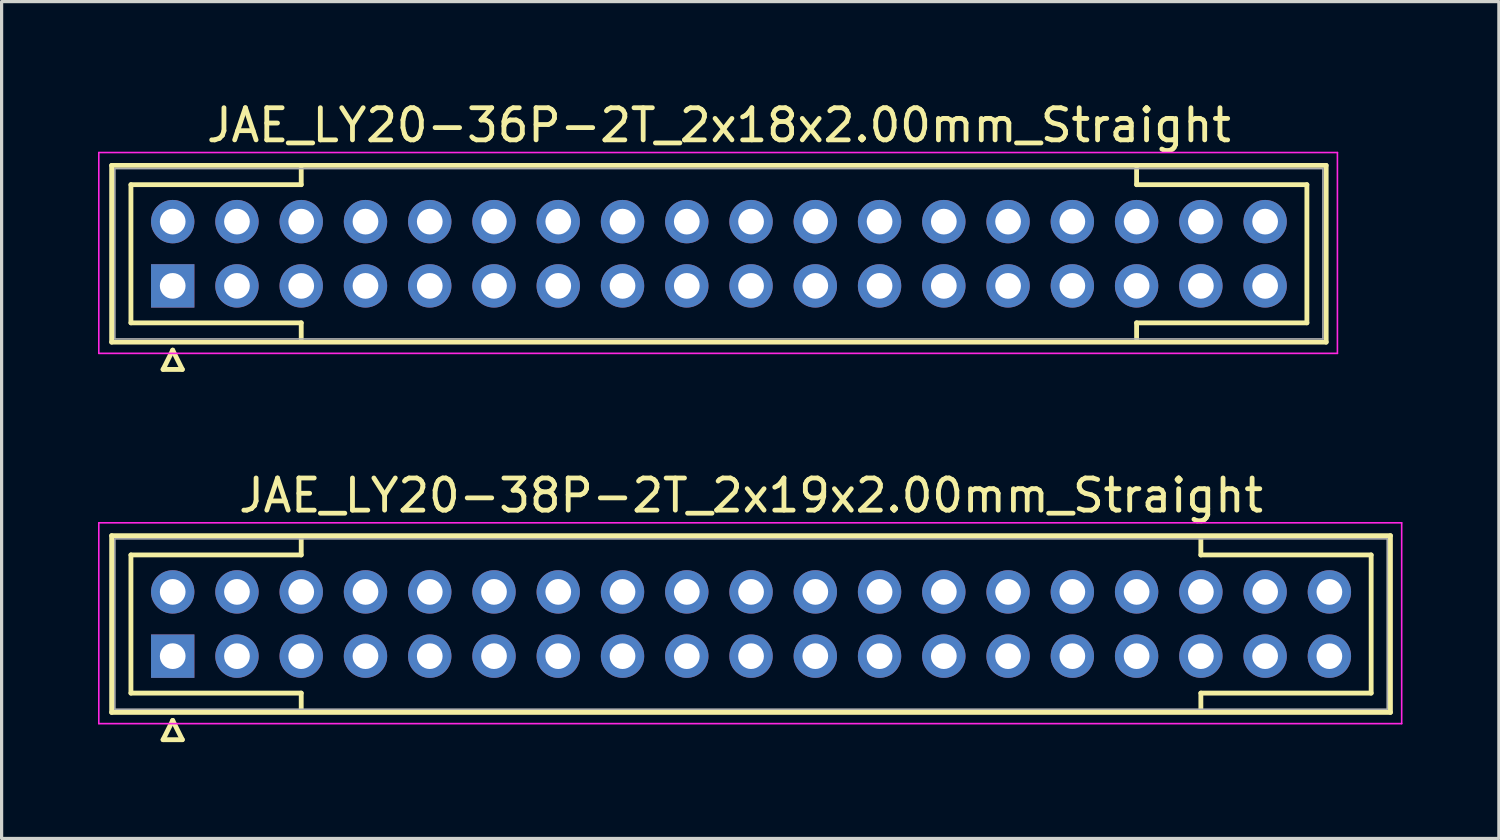
<source format=kicad_pcb>
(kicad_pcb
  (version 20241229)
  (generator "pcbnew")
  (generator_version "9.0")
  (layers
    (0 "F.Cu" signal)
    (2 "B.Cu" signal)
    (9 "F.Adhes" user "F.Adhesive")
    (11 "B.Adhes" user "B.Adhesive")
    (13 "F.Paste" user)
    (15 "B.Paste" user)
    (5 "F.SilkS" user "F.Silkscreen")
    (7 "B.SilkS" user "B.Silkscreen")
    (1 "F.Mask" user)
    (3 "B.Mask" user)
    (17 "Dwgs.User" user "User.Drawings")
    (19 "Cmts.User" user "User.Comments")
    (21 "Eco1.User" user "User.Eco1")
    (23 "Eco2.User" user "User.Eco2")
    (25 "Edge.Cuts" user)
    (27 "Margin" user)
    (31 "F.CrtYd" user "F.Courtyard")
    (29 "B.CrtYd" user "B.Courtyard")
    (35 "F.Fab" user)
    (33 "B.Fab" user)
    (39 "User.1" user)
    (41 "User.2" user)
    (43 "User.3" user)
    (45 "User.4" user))
  (footprint "JAE_LY20-36P-2T_2x18x2.00mm_Straight"
    (layer "F.Cu")
    (at 2.325 5.848)
    (property "Reference" "JAE_LY20-36P-2T_2x18x2.00mm_Straight" (at 17 -5 0) (layer "F.SilkS") (effects (font (size 1 1) (thickness 0.15))))
    (attr through_hole)
    (fp_line (start -1.9 -3.75) (end -1.9 1.75) (stroke (width 0.15) (type solid)) (layer "F.SilkS"))
    (fp_line (start -1.9 1.75) (end 35.9 1.75) (stroke (width 0.15) (type solid)) (layer "F.SilkS"))
    (fp_line (start -1.3 -3.15) (end 4 -3.15) (stroke (width 0.15) (type solid)) (layer "F.SilkS"))
    (fp_line (start -1.3 1.15) (end -1.3 -3.15) (stroke (width 0.15) (type solid)) (layer "F.SilkS"))
    (fp_line (start -0.3 2.6) (end 0.3 2.6) (stroke (width 0.15) (type solid)) (layer "F.SilkS"))
    (fp_line (start 0 2) (end -0.3 2.6) (stroke (width 0.15) (type solid)) (layer "F.SilkS"))
    (fp_line (start 0.3 2.6) (end 0 2) (stroke (width 0.15) (type solid)) (layer "F.SilkS"))
    (fp_line (start 4 -3.15) (end 4 -3.65) (stroke (width 0.15) (type solid)) (layer "F.SilkS"))
    (fp_line (start 4 1.15) (end -1.3 1.15) (stroke (width 0.15) (type solid)) (layer "F.SilkS"))
    (fp_line (start 4 1.65) (end 4 1.15) (stroke (width 0.15) (type solid)) (layer "F.SilkS"))
    (fp_line (start 30 -3.15) (end 30 -3.65) (stroke (width 0.15) (type solid)) (layer "F.SilkS"))
    (fp_line (start 30 1.15) (end 35.3 1.15) (stroke (width 0.15) (type solid)) (layer "F.SilkS"))
    (fp_line (start 30 1.65) (end 30 1.15) (stroke (width 0.15) (type solid)) (layer "F.SilkS"))
    (fp_line (start 35.3 -3.15) (end 30 -3.15) (stroke (width 0.15) (type solid)) (layer "F.SilkS"))
    (fp_line (start 35.3 1.15) (end 35.3 -3.15) (stroke (width 0.15) (type solid)) (layer "F.SilkS"))
    (fp_line (start 35.9 -3.75) (end -1.9 -3.75) (stroke (width 0.15) (type solid)) (layer "F.SilkS"))
    (fp_line (start 35.9 1.75) (end 35.9 -3.75) (stroke (width 0.15) (type solid)) (layer "F.SilkS"))
    (fp_line (start -2.3 -4.15) (end -2.3 2.1) (stroke (width 0.05) (type solid)) (layer "F.CrtYd"))
    (fp_line (start -2.3 2.1) (end 36.25 2.1) (stroke (width 0.05) (type solid)) (layer "F.CrtYd"))
    (fp_line (start 36.25 -4.15) (end -2.3 -4.15) (stroke (width 0.05) (type solid)) (layer "F.CrtYd"))
    (fp_line (start 36.25 2.1) (end 36.25 -4.15) (stroke (width 0.05) (type solid)) (layer "F.CrtYd"))
    (fp_line (start -1.8 -3.65) (end -1.8 1.65) (stroke (width 0.05) (type solid)) (layer "F.Fab"))
    (fp_line (start -1.8 1.65) (end 35.8 1.65) (stroke (width 0.05) (type solid)) (layer "F.Fab"))
    (fp_line (start 35.8 -3.65) (end -1.8 -3.65) (stroke (width 0.05) (type solid)) (layer "F.Fab"))
    (fp_line (start 35.8 1.65) (end 35.8 -3.65) (stroke (width 0.05) (type solid)) (layer "F.Fab"))
    (pad "1" thru_hole rect (at 0 0) (size 1.35 1.35) (drill 0.8) (layers "*.Cu" "*.Mask"))
    (pad "2" thru_hole circle (at 2 0) (size 1.35 1.35) (drill 0.8) (layers "*.Cu" "*.Mask"))
    (pad "3" thru_hole circle (at 4 0) (size 1.35 1.35) (drill 0.8) (layers "*.Cu" "*.Mask"))
    (pad "4" thru_hole circle (at 6 0) (size 1.35 1.35) (drill 0.8) (layers "*.Cu" "*.Mask"))
    (pad "5" thru_hole circle (at 8 0) (size 1.35 1.35) (drill 0.8) (layers "*.Cu" "*.Mask"))
    (pad "6" thru_hole circle (at 10 0) (size 1.35 1.35) (drill 0.8) (layers "*.Cu" "*.Mask"))
    (pad "7" thru_hole circle (at 12 0) (size 1.35 1.35) (drill 0.8) (layers "*.Cu" "*.Mask"))
    (pad "8" thru_hole circle (at 14 0) (size 1.35 1.35) (drill 0.8) (layers "*.Cu" "*.Mask"))
    (pad "9" thru_hole circle (at 16 0) (size 1.35 1.35) (drill 0.8) (layers "*.Cu" "*.Mask"))
    (pad "10" thru_hole circle (at 18 0) (size 1.35 1.35) (drill 0.8) (layers "*.Cu" "*.Mask"))
    (pad "11" thru_hole circle (at 20 0) (size 1.35 1.35) (drill 0.8) (layers "*.Cu" "*.Mask"))
    (pad "12" thru_hole circle (at 22 0) (size 1.35 1.35) (drill 0.8) (layers "*.Cu" "*.Mask"))
    (pad "13" thru_hole circle (at 24 0) (size 1.35 1.35) (drill 0.8) (layers "*.Cu" "*.Mask"))
    (pad "14" thru_hole circle (at 26 0) (size 1.35 1.35) (drill 0.8) (layers "*.Cu" "*.Mask"))
    (pad "15" thru_hole circle (at 28 0) (size 1.35 1.35) (drill 0.8) (layers "*.Cu" "*.Mask"))
    (pad "16" thru_hole circle (at 30 0) (size 1.35 1.35) (drill 0.8) (layers "*.Cu" "*.Mask"))
    (pad "17" thru_hole circle (at 32 0) (size 1.35 1.35) (drill 0.8) (layers "*.Cu" "*.Mask"))
    (pad "18" thru_hole circle (at 34 0) (size 1.35 1.35) (drill 0.8) (layers "*.Cu" "*.Mask"))
    (pad "19" thru_hole circle (at 0 -2) (size 1.35 1.35) (drill 0.8) (layers "*.Cu" "*.Mask"))
    (pad "20" thru_hole circle (at 2 -2) (size 1.35 1.35) (drill 0.8) (layers "*.Cu" "*.Mask"))
    (pad "21" thru_hole circle (at 4 -2) (size 1.35 1.35) (drill 0.8) (layers "*.Cu" "*.Mask"))
    (pad "22" thru_hole circle (at 6 -2) (size 1.35 1.35) (drill 0.8) (layers "*.Cu" "*.Mask"))
    (pad "23" thru_hole circle (at 8 -2) (size 1.35 1.35) (drill 0.8) (layers "*.Cu" "*.Mask"))
    (pad "24" thru_hole circle (at 10 -2) (size 1.35 1.35) (drill 0.8) (layers "*.Cu" "*.Mask"))
    (pad "25" thru_hole circle (at 12 -2) (size 1.35 1.35) (drill 0.8) (layers "*.Cu" "*.Mask"))
    (pad "26" thru_hole circle (at 14 -2) (size 1.35 1.35) (drill 0.8) (layers "*.Cu" "*.Mask"))
    (pad "27" thru_hole circle (at 16 -2) (size 1.35 1.35) (drill 0.8) (layers "*.Cu" "*.Mask"))
    (pad "28" thru_hole circle (at 18 -2) (size 1.35 1.35) (drill 0.8) (layers "*.Cu" "*.Mask"))
    (pad "29" thru_hole circle (at 20 -2) (size 1.35 1.35) (drill 0.8) (layers "*.Cu" "*.Mask"))
    (pad "30" thru_hole circle (at 22 -2) (size 1.35 1.35) (drill 0.8) (layers "*.Cu" "*.Mask"))
    (pad "31" thru_hole circle (at 24 -2) (size 1.35 1.35) (drill 0.8) (layers "*.Cu" "*.Mask"))
    (pad "32" thru_hole circle (at 26 -2) (size 1.35 1.35) (drill 0.8) (layers "*.Cu" "*.Mask"))
    (pad "33" thru_hole circle (at 28 -2) (size 1.35 1.35) (drill 0.8) (layers "*.Cu" "*.Mask"))
    (pad "34" thru_hole circle (at 30 -2) (size 1.35 1.35) (drill 0.8) (layers "*.Cu" "*.Mask"))
    (pad "35" thru_hole circle (at 32 -2) (size 1.35 1.35) (drill 0.8) (layers "*.Cu" "*.Mask"))
    (pad "36" thru_hole circle (at 34 -2) (size 1.35 1.35) (drill 0.8) (layers "*.Cu" "*.Mask")))
  (footprint "JAE_LY20-38P-2T_2x19x2.00mm_Straight"
    (layer "F.Cu")
    (at 2.325 17.372)
    (property "Reference" "JAE_LY20-38P-2T_2x19x2.00mm_Straight" (at 18 -5 0) (layer "F.SilkS") (effects (font (size 1 1) (thickness 0.15))))
    (attr through_hole)
    (fp_line (start -1.9 -3.75) (end -1.9 1.75) (stroke (width 0.15) (type solid)) (layer "F.SilkS"))
    (fp_line (start -1.9 1.75) (end 37.9 1.75) (stroke (width 0.15) (type solid)) (layer "F.SilkS"))
    (fp_line (start -1.3 -3.15) (end 4 -3.15) (stroke (width 0.15) (type solid)) (layer "F.SilkS"))
    (fp_line (start -1.3 1.15) (end -1.3 -3.15) (stroke (width 0.15) (type solid)) (layer "F.SilkS"))
    (fp_line (start -0.3 2.6) (end 0.3 2.6) (stroke (width 0.15) (type solid)) (layer "F.SilkS"))
    (fp_line (start 0 2) (end -0.3 2.6) (stroke (width 0.15) (type solid)) (layer "F.SilkS"))
    (fp_line (start 0.3 2.6) (end 0 2) (stroke (width 0.15) (type solid)) (layer "F.SilkS"))
    (fp_line (start 4 -3.15) (end 4 -3.65) (stroke (width 0.15) (type solid)) (layer "F.SilkS"))
    (fp_line (start 4 1.15) (end -1.3 1.15) (stroke (width 0.15) (type solid)) (layer "F.SilkS"))
    (fp_line (start 4 1.65) (end 4 1.15) (stroke (width 0.15) (type solid)) (layer "F.SilkS"))
    (fp_line (start 32 -3.15) (end 32 -3.65) (stroke (width 0.15) (type solid)) (layer "F.SilkS"))
    (fp_line (start 32 1.15) (end 37.3 1.15) (stroke (width 0.15) (type solid)) (layer "F.SilkS"))
    (fp_line (start 32 1.65) (end 32 1.15) (stroke (width 0.15) (type solid)) (layer "F.SilkS"))
    (fp_line (start 37.3 -3.15) (end 32 -3.15) (stroke (width 0.15) (type solid)) (layer "F.SilkS"))
    (fp_line (start 37.3 1.15) (end 37.3 -3.15) (stroke (width 0.15) (type solid)) (layer "F.SilkS"))
    (fp_line (start 37.9 -3.75) (end -1.9 -3.75) (stroke (width 0.15) (type solid)) (layer "F.SilkS"))
    (fp_line (start 37.9 1.75) (end 37.9 -3.75) (stroke (width 0.15) (type solid)) (layer "F.SilkS"))
    (fp_line (start -2.3 -4.15) (end -2.3 2.1) (stroke (width 0.05) (type solid)) (layer "F.CrtYd"))
    (fp_line (start -2.3 2.1) (end 38.25 2.1) (stroke (width 0.05) (type solid)) (layer "F.CrtYd"))
    (fp_line (start 38.25 -4.15) (end -2.3 -4.15) (stroke (width 0.05) (type solid)) (layer "F.CrtYd"))
    (fp_line (start 38.25 2.1) (end 38.25 -4.15) (stroke (width 0.05) (type solid)) (layer "F.CrtYd"))
    (fp_line (start -1.8 -3.65) (end -1.8 1.65) (stroke (width 0.05) (type solid)) (layer "F.Fab"))
    (fp_line (start -1.8 1.65) (end 37.8 1.65) (stroke (width 0.05) (type solid)) (layer "F.Fab"))
    (fp_line (start 37.8 -3.65) (end -1.8 -3.65) (stroke (width 0.05) (type solid)) (layer "F.Fab"))
    (fp_line (start 37.8 1.65) (end 37.8 -3.65) (stroke (width 0.05) (type solid)) (layer "F.Fab"))
    (pad "1" thru_hole rect (at 0 0) (size 1.35 1.35) (drill 0.8) (layers "*.Cu" "*.Mask"))
    (pad "2" thru_hole circle (at 2 0) (size 1.35 1.35) (drill 0.8) (layers "*.Cu" "*.Mask"))
    (pad "3" thru_hole circle (at 4 0) (size 1.35 1.35) (drill 0.8) (layers "*.Cu" "*.Mask"))
    (pad "4" thru_hole circle (at 6 0) (size 1.35 1.35) (drill 0.8) (layers "*.Cu" "*.Mask"))
    (pad "5" thru_hole circle (at 8 0) (size 1.35 1.35) (drill 0.8) (layers "*.Cu" "*.Mask"))
    (pad "6" thru_hole circle (at 10 0) (size 1.35 1.35) (drill 0.8) (layers "*.Cu" "*.Mask"))
    (pad "7" thru_hole circle (at 12 0) (size 1.35 1.35) (drill 0.8) (layers "*.Cu" "*.Mask"))
    (pad "8" thru_hole circle (at 14 0) (size 1.35 1.35) (drill 0.8) (layers "*.Cu" "*.Mask"))
    (pad "9" thru_hole circle (at 16 0) (size 1.35 1.35) (drill 0.8) (layers "*.Cu" "*.Mask"))
    (pad "10" thru_hole circle (at 18 0) (size 1.35 1.35) (drill 0.8) (layers "*.Cu" "*.Mask"))
    (pad "11" thru_hole circle (at 20 0) (size 1.35 1.35) (drill 0.8) (layers "*.Cu" "*.Mask"))
    (pad "12" thru_hole circle (at 22 0) (size 1.35 1.35) (drill 0.8) (layers "*.Cu" "*.Mask"))
    (pad "13" thru_hole circle (at 24 0) (size 1.35 1.35) (drill 0.8) (layers "*.Cu" "*.Mask"))
    (pad "14" thru_hole circle (at 26 0) (size 1.35 1.35) (drill 0.8) (layers "*.Cu" "*.Mask"))
    (pad "15" thru_hole circle (at 28 0) (size 1.35 1.35) (drill 0.8) (layers "*.Cu" "*.Mask"))
    (pad "16" thru_hole circle (at 30 0) (size 1.35 1.35) (drill 0.8) (layers "*.Cu" "*.Mask"))
    (pad "17" thru_hole circle (at 32 0) (size 1.35 1.35) (drill 0.8) (layers "*.Cu" "*.Mask"))
    (pad "18" thru_hole circle (at 34 0) (size 1.35 1.35) (drill 0.8) (layers "*.Cu" "*.Mask"))
    (pad "19" thru_hole circle (at 36 0) (size 1.35 1.35) (drill 0.8) (layers "*.Cu" "*.Mask"))
    (pad "20" thru_hole circle (at 0 -2) (size 1.35 1.35) (drill 0.8) (layers "*.Cu" "*.Mask"))
    (pad "21" thru_hole circle (at 2 -2) (size 1.35 1.35) (drill 0.8) (layers "*.Cu" "*.Mask"))
    (pad "22" thru_hole circle (at 4 -2) (size 1.35 1.35) (drill 0.8) (layers "*.Cu" "*.Mask"))
    (pad "23" thru_hole circle (at 6 -2) (size 1.35 1.35) (drill 0.8) (layers "*.Cu" "*.Mask"))
    (pad "24" thru_hole circle (at 8 -2) (size 1.35 1.35) (drill 0.8) (layers "*.Cu" "*.Mask"))
    (pad "25" thru_hole circle (at 10 -2) (size 1.35 1.35) (drill 0.8) (layers "*.Cu" "*.Mask"))
    (pad "26" thru_hole circle (at 12 -2) (size 1.35 1.35) (drill 0.8) (layers "*.Cu" "*.Mask"))
    (pad "27" thru_hole circle (at 14 -2) (size 1.35 1.35) (drill 0.8) (layers "*.Cu" "*.Mask"))
    (pad "28" thru_hole circle (at 16 -2) (size 1.35 1.35) (drill 0.8) (layers "*.Cu" "*.Mask"))
    (pad "29" thru_hole circle (at 18 -2) (size 1.35 1.35) (drill 0.8) (layers "*.Cu" "*.Mask"))
    (pad "30" thru_hole circle (at 20 -2) (size 1.35 1.35) (drill 0.8) (layers "*.Cu" "*.Mask"))
    (pad "31" thru_hole circle (at 22 -2) (size 1.35 1.35) (drill 0.8) (layers "*.Cu" "*.Mask"))
    (pad "32" thru_hole circle (at 24 -2) (size 1.35 1.35) (drill 0.8) (layers "*.Cu" "*.Mask"))
    (pad "33" thru_hole circle (at 26 -2) (size 1.35 1.35) (drill 0.8) (layers "*.Cu" "*.Mask"))
    (pad "34" thru_hole circle (at 28 -2) (size 1.35 1.35) (drill 0.8) (layers "*.Cu" "*.Mask"))
    (pad "35" thru_hole circle (at 30 -2) (size 1.35 1.35) (drill 0.8) (layers "*.Cu" "*.Mask"))
    (pad "36" thru_hole circle (at 32 -2) (size 1.35 1.35) (drill 0.8) (layers "*.Cu" "*.Mask"))
    (pad "37" thru_hole circle (at 34 -2) (size 1.35 1.35) (drill 0.8) (layers "*.Cu" "*.Mask"))
    (pad "38" thru_hole circle (at 36 -2) (size 1.35 1.35) (drill 0.8) (layers "*.Cu" "*.Mask")))
  (gr_rect
    (start -3 -3)
    (end 43.6 23.047)
    (stroke (width 0.1) (type default))
    (fill no)
    (layer "Edge.Cuts")))
</source>
